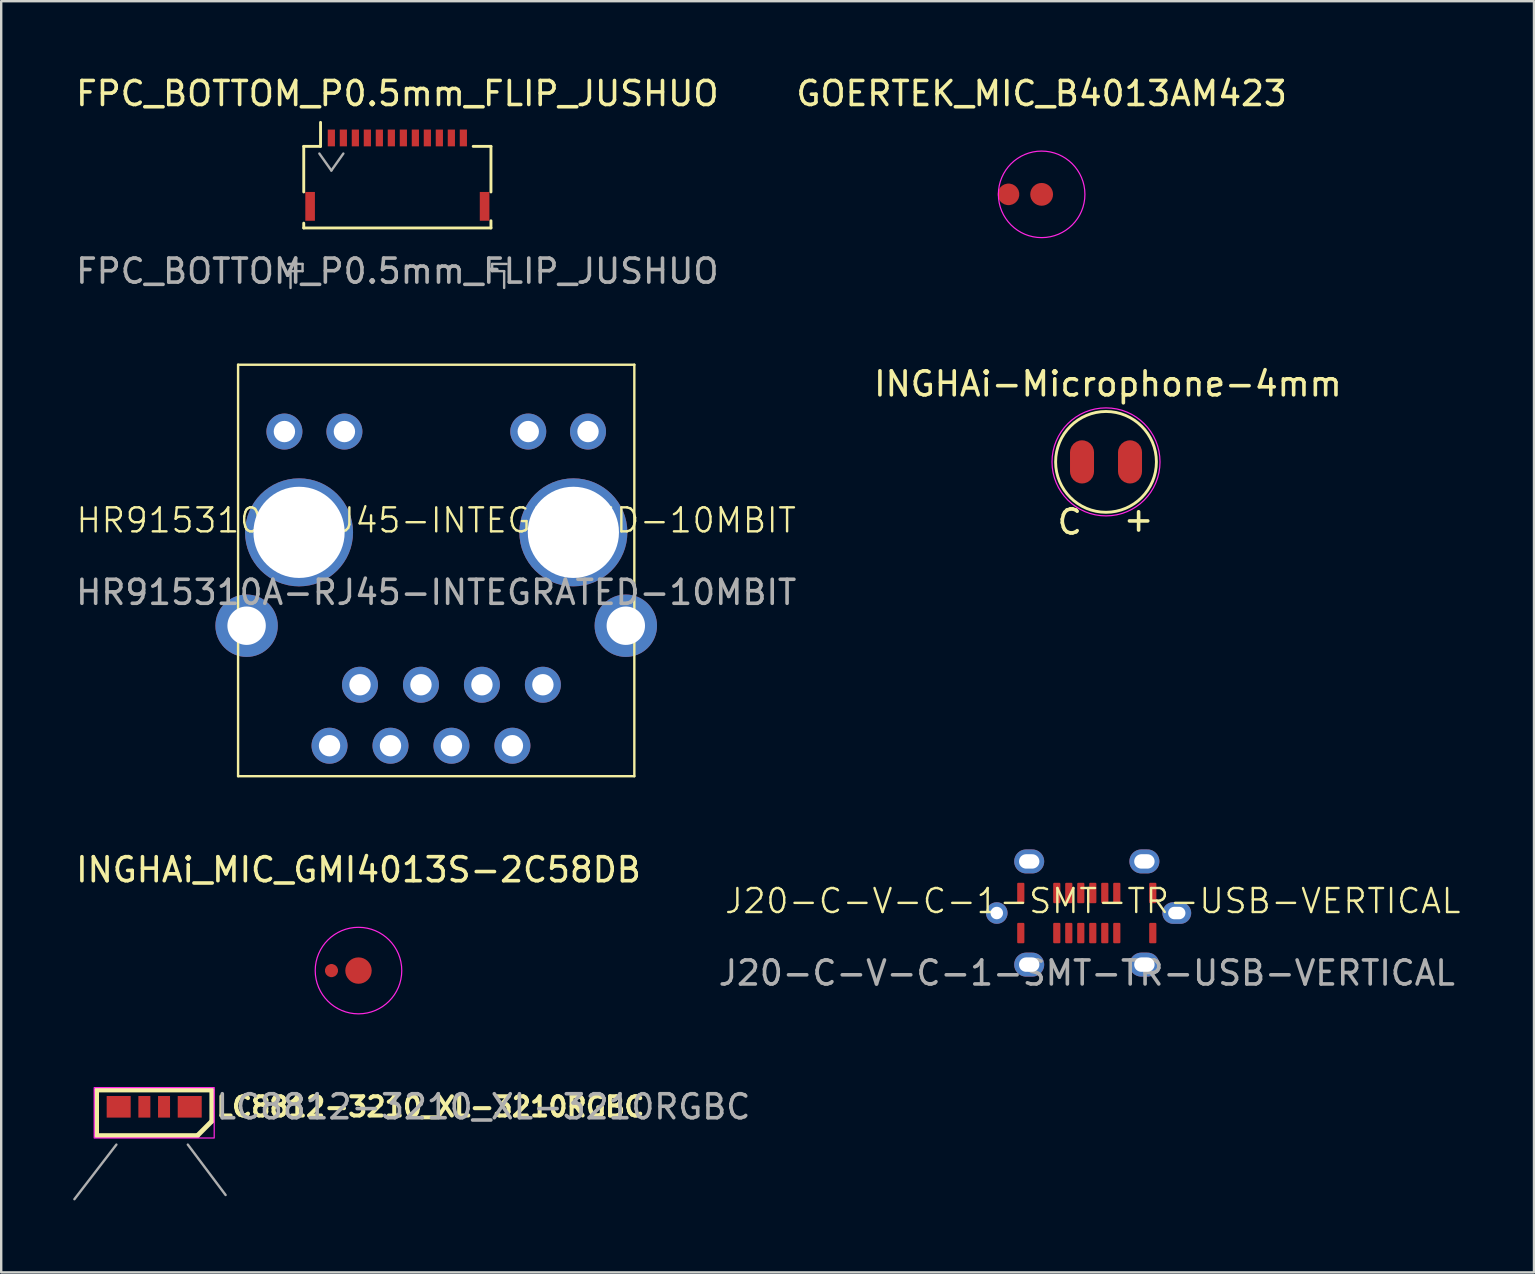
<source format=kicad_pcb>
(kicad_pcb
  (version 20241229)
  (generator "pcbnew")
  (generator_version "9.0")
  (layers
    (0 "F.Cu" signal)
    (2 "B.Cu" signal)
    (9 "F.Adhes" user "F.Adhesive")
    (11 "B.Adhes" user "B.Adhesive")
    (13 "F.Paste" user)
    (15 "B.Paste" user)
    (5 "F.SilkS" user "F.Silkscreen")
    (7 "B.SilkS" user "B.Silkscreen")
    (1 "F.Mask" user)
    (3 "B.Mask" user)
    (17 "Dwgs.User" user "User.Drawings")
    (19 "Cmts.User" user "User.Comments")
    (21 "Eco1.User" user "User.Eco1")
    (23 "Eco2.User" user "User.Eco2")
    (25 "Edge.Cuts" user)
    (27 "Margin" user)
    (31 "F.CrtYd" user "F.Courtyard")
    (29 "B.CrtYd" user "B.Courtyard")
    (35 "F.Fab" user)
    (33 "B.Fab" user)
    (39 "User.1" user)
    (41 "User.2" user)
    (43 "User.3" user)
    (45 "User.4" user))
  (footprint "J20-C-V-C-1-SMT-TR-USB-VERTICAL"
    (layer "F.Cu")
    (at 42.232 34.992)
    (property "Reference" "J20-C-V-C-1-SMT-TR-USB-VERTICAL" (at 0.25 -0.5 0) (unlocked yes) (layer "F.SilkS") (effects (font (size 1 1) (thickness 0.1))))
    (attr smd)
    (fp_text user "${REFERENCE}" (at 0 2.5 0) (unlocked yes) (layer "F.Fab") (effects (font (size 1 1) (thickness 0.15))))
    (pad "A1" smd roundrect (at -2.75 -0.835 180) (size 0.3 0.85) (layers "F.Cu" "F.Mask" "F.Paste") (roundrect_rratio 0.15))
    (pad "A4" smd roundrect (at -1.25 -0.835 180) (size 0.3 0.85) (layers "F.Cu" "F.Mask" "F.Paste") (roundrect_rratio 0.15))
    (pad "A5" smd roundrect (at -0.75 -0.835 180) (size 0.3 0.85) (layers "F.Cu" "F.Mask" "F.Paste") (roundrect_rratio 0.15))
    (pad "A6" smd roundrect (at -0.25 -0.835 180) (size 0.3 0.85) (layers "F.Cu" "F.Mask" "F.Paste") (roundrect_rratio 0.15))
    (pad "A7" smd roundrect (at 0.25 -0.835 180) (size 0.3 0.85) (layers "F.Cu" "F.Mask" "F.Paste") (roundrect_rratio 0.15))
    (pad "A8" smd roundrect (at 0.75 -0.835 180) (size 0.3 0.85) (layers "F.Cu" "F.Mask" "F.Paste") (roundrect_rratio 0.15))
    (pad "A9" smd roundrect (at 1.25 -0.835 180) (size 0.3 0.85) (layers "F.Cu" "F.Mask" "F.Paste") (roundrect_rratio 0.15))
    (pad "A12" smd roundrect (at 2.75 -0.835 180) (size 0.3 0.85) (layers "F.Cu" "F.Mask" "F.Paste") (roundrect_rratio 0.15))
    (pad "B1" smd roundrect (at 2.75 0.835 180) (size 0.3 0.85) (layers "F.Cu" "F.Mask" "F.Paste") (roundrect_rratio 0.15))
    (pad "B4" smd roundrect (at 1.25 0.835 180) (size 0.3 0.85) (layers "F.Cu" "F.Mask" "F.Paste") (roundrect_rratio 0.15))
    (pad "B5" smd roundrect (at 0.75 0.835 180) (size 0.3 0.85) (layers "F.Cu" "F.Mask" "F.Paste") (roundrect_rratio 0.15))
    (pad "B6" smd roundrect (at 0.25 0.835 180) (size 0.3 0.85) (layers "F.Cu" "F.Mask" "F.Paste") (roundrect_rratio 0.15))
    (pad "B7" smd roundrect (at -0.25 0.835 180) (size 0.3 0.85) (layers "F.Cu" "F.Mask" "F.Paste") (roundrect_rratio 0.15))
    (pad "B8" smd roundrect (at -0.75 0.835 180) (size 0.3 0.85) (layers "F.Cu" "F.Mask" "F.Paste") (roundrect_rratio 0.15))
    (pad "B9" smd roundrect (at -1.25 0.835 180) (size 0.3 0.85) (layers "F.Cu" "F.Mask" "F.Paste") (roundrect_rratio 0.15))
    (pad "B12" smd roundrect (at -2.75 0.835 180) (size 0.3 0.85) (layers "F.Cu" "F.Mask" "F.Paste") (roundrect_rratio 0.15))
    (pad "S1" thru_hole circle (at -3.75 0 180) (size 0.9 0.9) (drill 0.52) (layers "*.Cu" "*.Mask"))
    (pad "S1" thru_hole oval (at -2.4 -2.15 180) (size 1.25 1) (drill oval 0.85 0.6) (layers "*.Cu" "*.Mask"))
    (pad "S1" thru_hole oval (at -2.4 2.15 180) (size 1.25 1) (drill oval 0.85 0.6) (layers "*.Cu" "*.Mask"))
    (pad "S1" thru_hole oval (at 2.4 -2.15 180) (size 1.25 1) (drill oval 0.85 0.6) (layers "*.Cu" "*.Mask"))
    (pad "S1" thru_hole oval (at 2.4 2.15 180) (size 1.25 1) (drill oval 0.85 0.6) (layers "*.Cu" "*.Mask"))
    (pad "S1" thru_hole oval (at 3.75 0 180) (size 1.2 0.9) (drill oval 0.72 0.52) (layers "*.Cu" "*.Mask")))
  (footprint "HR915310A-RJ45-INTEGRATED-10MBIT"
    (layer "F.Cu")
    (at 15.125 19.131)
    (property "Reference" "HR915310A-RJ45-INTEGRATED-10MBIT" (at 0 -0.5 0) (unlocked yes) (layer "F.SilkS") (effects (font (size 1 1) (thickness 0.1))))
    (attr smd)
    (fp_line (start -8.255 -6.985) (end 8.255 -6.985) (stroke (width 0.1) (type default)) (layer "F.SilkS"))
    (fp_line (start -8.255 10.16) (end -8.255 -6.985) (stroke (width 0.1) (type default)) (layer "F.SilkS"))
    (fp_line (start 8.255 -6.985) (end 8.255 10.16) (stroke (width 0.1) (type default)) (layer "F.SilkS"))
    (fp_line (start 8.255 10.16) (end -8.255 10.16) (stroke (width 0.1) (type default)) (layer "F.SilkS"))
    (fp_text user "${REFERENCE}" (at 0 2.5 0) (unlocked yes) (layer "F.Fab") (effects (font (size 1 1) (thickness 0.15))))
    (pad "" np_thru_hole circle (at -5.715 0) (size 4.5 4.5) (drill 3.8) (layers "*.Cu" "*.Mask"))
    (pad "" np_thru_hole circle (at 5.715 0) (size 4.5 4.5) (drill 3.8) (layers "*.Cu" "*.Mask"))
    (pad "1" thru_hole circle (at 4.445 6.35) (size 1.5 1.5) (drill 0.89) (layers "*.Cu" "*.Mask"))
    (pad "2" thru_hole circle (at 3.175 8.89) (size 1.5 1.5) (drill 0.89) (layers "*.Cu" "*.Mask"))
    (pad "3" thru_hole circle (at 1.905 6.35) (size 1.5 1.5) (drill 0.89) (layers "*.Cu" "*.Mask"))
    (pad "4" thru_hole circle (at 0.635 8.89) (size 1.5 1.5) (drill 0.89) (layers "*.Cu" "*.Mask"))
    (pad "5" thru_hole circle (at -0.635 6.35) (size 1.5 1.5) (drill 0.89) (layers "*.Cu" "*.Mask"))
    (pad "6" thru_hole circle (at -1.905 8.89) (size 1.5 1.5) (drill 0.89) (layers "*.Cu" "*.Mask"))
    (pad "7" thru_hole circle (at -3.175 6.35) (size 1.5 1.5) (drill 0.89) (layers "*.Cu" "*.Mask"))
    (pad "8" thru_hole circle (at -4.445 8.89) (size 1.5 1.5) (drill 0.89) (layers "*.Cu" "*.Mask"))
    (pad "9" thru_hole circle (at 6.325 -4.2) (size 1.5 1.5) (drill 0.89) (layers "*.Cu" "*.Mask"))
    (pad "10" thru_hole circle (at 3.835 -4.2) (size 1.5 1.5) (drill 0.89) (layers "*.Cu" "*.Mask"))
    (pad "11" thru_hole circle (at -3.825 -4.2) (size 1.5 1.5) (drill 0.89) (layers "*.Cu" "*.Mask"))
    (pad "12" thru_hole circle (at -6.325 -4.2) (size 1.5 1.5) (drill 0.89) (layers "*.Cu" "*.Mask"))
    (pad "SH" thru_hole circle (at -7.9 3.89) (size 2.6 2.6) (drill 1.6) (layers "*.Cu" "*.Mask"))
    (pad "SH" thru_hole circle (at 7.9 3.89) (size 2.6 2.6) (drill 1.6) (layers "*.Cu" "*.Mask")))
  (footprint "LC8812-3210_XL-3210RGBC"
    (layer "F.Cu")
    (at 3.375 43.066)
    (property "Reference" "LC8812-3210_XL-3210RGBC" (at 2.5 0 0) (unlocked yes) (layer "F.SilkS") (effects (font (size 0.8 0.8) (thickness 0.17)) (justify left)))
    (attr smd)
    (fp_line (start -2.4 -0.7) (end 2.4 -0.7) (stroke (width 0.2) (type solid)) (layer "F.SilkS"))
    (fp_line (start -2.4 1.2) (end -2.4 -0.7) (stroke (width 0.2) (type solid)) (layer "F.SilkS"))
    (fp_line (start 1.8 1.2) (end -2.4 1.2) (stroke (width 0.2) (type solid)) (layer "F.SilkS"))
    (fp_line (start 2.4 -0.7) (end 2.4 0.6) (stroke (width 0.2) (type solid)) (layer "F.SilkS"))
    (fp_line (start 2.4 0.6) (end 1.8 1.2) (stroke (width 0.2) (type solid)) (layer "F.SilkS"))
    (fp_poly (pts (xy -2.5 -0.8) (xy 2.5 -0.8) (xy 2.5 1.3) (xy -2.5 1.3)) (stroke (width 0.05) (type default)) (fill no) (layer "F.CrtYd"))
    (fp_line (start -3.325 3.85) (end -1.575 1.575) (stroke (width 0.1) (type default)) (layer "F.Fab"))
    (fp_line (start 1.4 1.575) (end 2.975 3.675) (stroke (width 0.1) (type default)) (layer "F.Fab"))
    (fp_text user "${REFERENCE}" (at 2.5 0 0) (unlocked yes) (layer "F.Fab") (effects (font (size 1 1) (thickness 0.15)) (justify left)))
    (pad "1" smd rect (at 0.41 0) (size 0.5 0.9) (layers "F.Cu" "F.Mask" "F.Paste"))
    (pad "2" smd rect (at -0.41 0) (size 0.5 0.9) (layers "F.Cu" "F.Mask" "F.Paste"))
    (pad "3" smd rect (at -1.48 0) (size 1 0.9) (layers "F.Cu" "F.Mask" "F.Paste"))
    (pad "4" smd rect (at 1.48 0) (size 1 0.9) (layers "F.Cu" "F.Mask" "F.Paste")))
  (footprint "FPC_BOTTOM_P0.5mm_FLIP_JUSHUO"
    (layer "F.Cu")
    (at 13.506 4.548)
    (property "Reference" "FPC_BOTTOM_P0.5mm_FLIP_JUSHUO" (at 0 -3.7 0) (layer "F.SilkS") (effects (font (size 1 1) (thickness 0.15))))
    (attr smd)
    (fp_line (start -3.9 -1.5) (end -3.9 0.4) (stroke (width 0.12) (type solid)) (layer "F.SilkS"))
    (fp_line (start -3.9 1.7) (end -3.9 1.9) (stroke (width 0.12) (type solid)) (layer "F.SilkS"))
    (fp_line (start -3.9 1.9) (end 3.9 1.9) (stroke (width 0.12) (type solid)) (layer "F.SilkS"))
    (fp_line (start -3.2 -1.5) (end -3.9 -1.5) (stroke (width 0.12) (type solid)) (layer "F.SilkS"))
    (fp_line (start -3.2 -1.5) (end -3.2 -2.5) (stroke (width 0.12) (type solid)) (layer "F.SilkS"))
    (fp_line (start 3.16 -1.5) (end 3.9 -1.5) (stroke (width 0.12) (type solid)) (layer "F.SilkS"))
    (fp_line (start 3.9 -1.5) (end 3.9 0.4) (stroke (width 0.12) (type solid)) (layer "F.SilkS"))
    (fp_line (start 3.9 1.9) (end 3.9 1.6) (stroke (width 0.12) (type solid)) (layer "F.SilkS"))
    (fp_line (start -4.55 3.4) (end -3.95 3.4) (stroke (width 0.1) (type solid)) (layer "F.Fab"))
    (fp_line (start -4.45 3.7) (end -4.45 4.4) (stroke (width 0.1) (type solid)) (layer "F.Fab"))
    (fp_line (start -3.95 3.4) (end -3.95 3.7) (stroke (width 0.1) (type solid)) (layer "F.Fab"))
    (fp_line (start -3.95 3.7) (end -4.45 3.7) (stroke (width 0.1) (type solid)) (layer "F.Fab"))
    (fp_line (start -3.25 -1.2) (end -2.75 -0.493) (stroke (width 0.1) (type solid)) (layer "F.Fab"))
    (fp_line (start -2.75 -0.493) (end -2.25 -1.2) (stroke (width 0.1) (type solid)) (layer "F.Fab"))
    (fp_line (start 3.95 3.4) (end 3.95 3.7) (stroke (width 0.1) (type solid)) (layer "F.Fab"))
    (fp_line (start 3.95 3.7) (end 4.45 3.7) (stroke (width 0.1) (type solid)) (layer "F.Fab"))
    (fp_line (start 4.45 3.7) (end 4.45 4.4) (stroke (width 0.1) (type solid)) (layer "F.Fab"))
    (fp_line (start 4.55 3.4) (end 3.95 3.4) (stroke (width 0.1) (type solid)) (layer "F.Fab"))
    (fp_text user "${REFERENCE}" (at 0 3.7 0) (layer "F.Fab") (effects (font (size 1 1) (thickness 0.15))))
    (pad "1" smd rect (at -2.75 -1.85) (size 0.3 0.7) (layers "F.Cu" "F.Mask" "F.Paste"))
    (pad "2" smd rect (at -2.25 -1.85) (size 0.3 0.7) (layers "F.Cu" "F.Mask" "F.Paste"))
    (pad "3" smd rect (at -1.75 -1.85) (size 0.3 0.7) (layers "F.Cu" "F.Mask" "F.Paste"))
    (pad "4" smd rect (at -1.25 -1.85) (size 0.3 0.7) (layers "F.Cu" "F.Mask" "F.Paste"))
    (pad "5" smd rect (at -0.75 -1.85) (size 0.3 0.7) (layers "F.Cu" "F.Mask" "F.Paste"))
    (pad "6" smd rect (at -0.25 -1.85) (size 0.3 0.7) (layers "F.Cu" "F.Mask" "F.Paste"))
    (pad "7" smd rect (at 0.25 -1.85) (size 0.3 0.7) (layers "F.Cu" "F.Mask" "F.Paste"))
    (pad "8" smd rect (at 0.75 -1.85) (size 0.3 0.7) (layers "F.Cu" "F.Mask" "F.Paste"))
    (pad "9" smd rect (at 1.25 -1.85) (size 0.3 0.7) (layers "F.Cu" "F.Mask" "F.Paste"))
    (pad "10" smd rect (at 1.75 -1.85) (size 0.3 0.7) (layers "F.Cu" "F.Mask" "F.Paste"))
    (pad "11" smd rect (at 2.25 -1.85) (size 0.3 0.7) (layers "F.Cu" "F.Mask" "F.Paste"))
    (pad "12" smd rect (at 2.75 -1.85) (size 0.3 0.7) (layers "F.Cu" "F.Mask" "F.Paste"))
    (pad "13" smd rect (at -3.635 1) (size 0.4 1.2) (layers "F.Cu" "F.Mask" "F.Paste"))
    (pad "14" smd rect (at 3.635 1) (size 0.4 1.2) (layers "F.Cu" "F.Mask" "F.Paste")))
  (footprint "INGHAi-Microphone-4mm"
    (layer "F.Cu")
    (at 43.033 16.195)
    (property "Reference" "INGHAi-Microphone-4mm" (at 0.08 -3.25 0) (unlocked yes) (layer "F.SilkS") (effects (font (size 1 1) (thickness 0.15))))
    (attr smd)
    (fp_circle (center 0 0) (end 2.1 0) (stroke (width 0.12) (type default)) (fill no) (layer "F.SilkS"))
    (fp_circle (center 0 0) (end 2.25 0) (stroke (width 0.05) (type default)) (fill no) (layer "F.CrtYd"))
    (fp_text user "C" (at -2.11 3.09 0) (unlocked yes) (layer "F.SilkS") (effects (font (size 1 1) (thickness 0.15)) (justify left bottom)))
    (fp_text user "+" (at 0.64 2.97 0) (unlocked yes) (layer "F.SilkS") (effects (font (size 1 1) (thickness 0.15)) (justify left bottom)))
    (pad "1" smd roundrect (at -1 0 270) (size 1.8 1) (layers "F.Cu" "F.Mask" "F.Paste") (roundrect_rratio 0.5))
    (pad "2" smd roundrect (at 1 0 270) (size 1.8 1) (layers "F.Cu" "F.Mask" "F.Paste") (roundrect_rratio 0.5)))
  (footprint "INGHAi_MIC_GMI4013S-2C58DB"
    (layer "F.Cu")
    (at 11.887 37.39)
    (property "Reference" "INGHAi_MIC_GMI4013S-2C58DB" (at 0 -4.2 0) (unlocked yes) (layer "F.SilkS") (effects (font (size 1 1) (thickness 0.15))))
    (attr smd)
    (fp_circle (center 0 0) (end 1.5 1) (stroke (width 0.05) (type default)) (fill no) (layer "F.CrtYd"))
    (pad "1" smd custom (at -1.125 0) (size 0.5 0.5) (layers "F.Cu" "F.Mask" "F.Paste") (options (anchor circle)) (primitives (gr_arc (start 0 0) (mid 2.25 0) (end 0 0) (width 0.55))))
    (pad "2" smd circle (at 0 0) (size 1.1 1.1) (layers "F.Cu" "F.Mask" "F.Paste")))
  (footprint "GOERTEK_MIC_B4013AM423"
    (layer "F.Cu")
    (at 40.351 5.048)
    (property "Reference" "GOERTEK_MIC_B4013AM423" (at 0 -4.2 0) (unlocked yes) (layer "F.SilkS") (effects (font (size 1 1) (thickness 0.15))))
    (attr smd)
    (fp_circle (center 0 0) (end 1.5 1) (stroke (width 0.05) (type default)) (fill no) (layer "F.CrtYd"))
    (pad "1" smd custom (at -1.38 0) (size 0.5 0.5) (layers "F.Cu" "F.Mask" "F.Paste") (options (anchor circle)) (primitives (gr_arc (start 0 0) (mid 2.76 0) (end 0 0) (width 0.9))))
    (pad "2" smd circle (at 0 0) (size 0.95 0.95) (layers "F.Cu" "F.Mask" "F.Paste")))
  (gr_rect
    (start -3 -3)
    (end 60.865 49.966)
    (stroke (width 0.1) (type default))
    (fill no)
    (layer "Edge.Cuts")))
</source>
